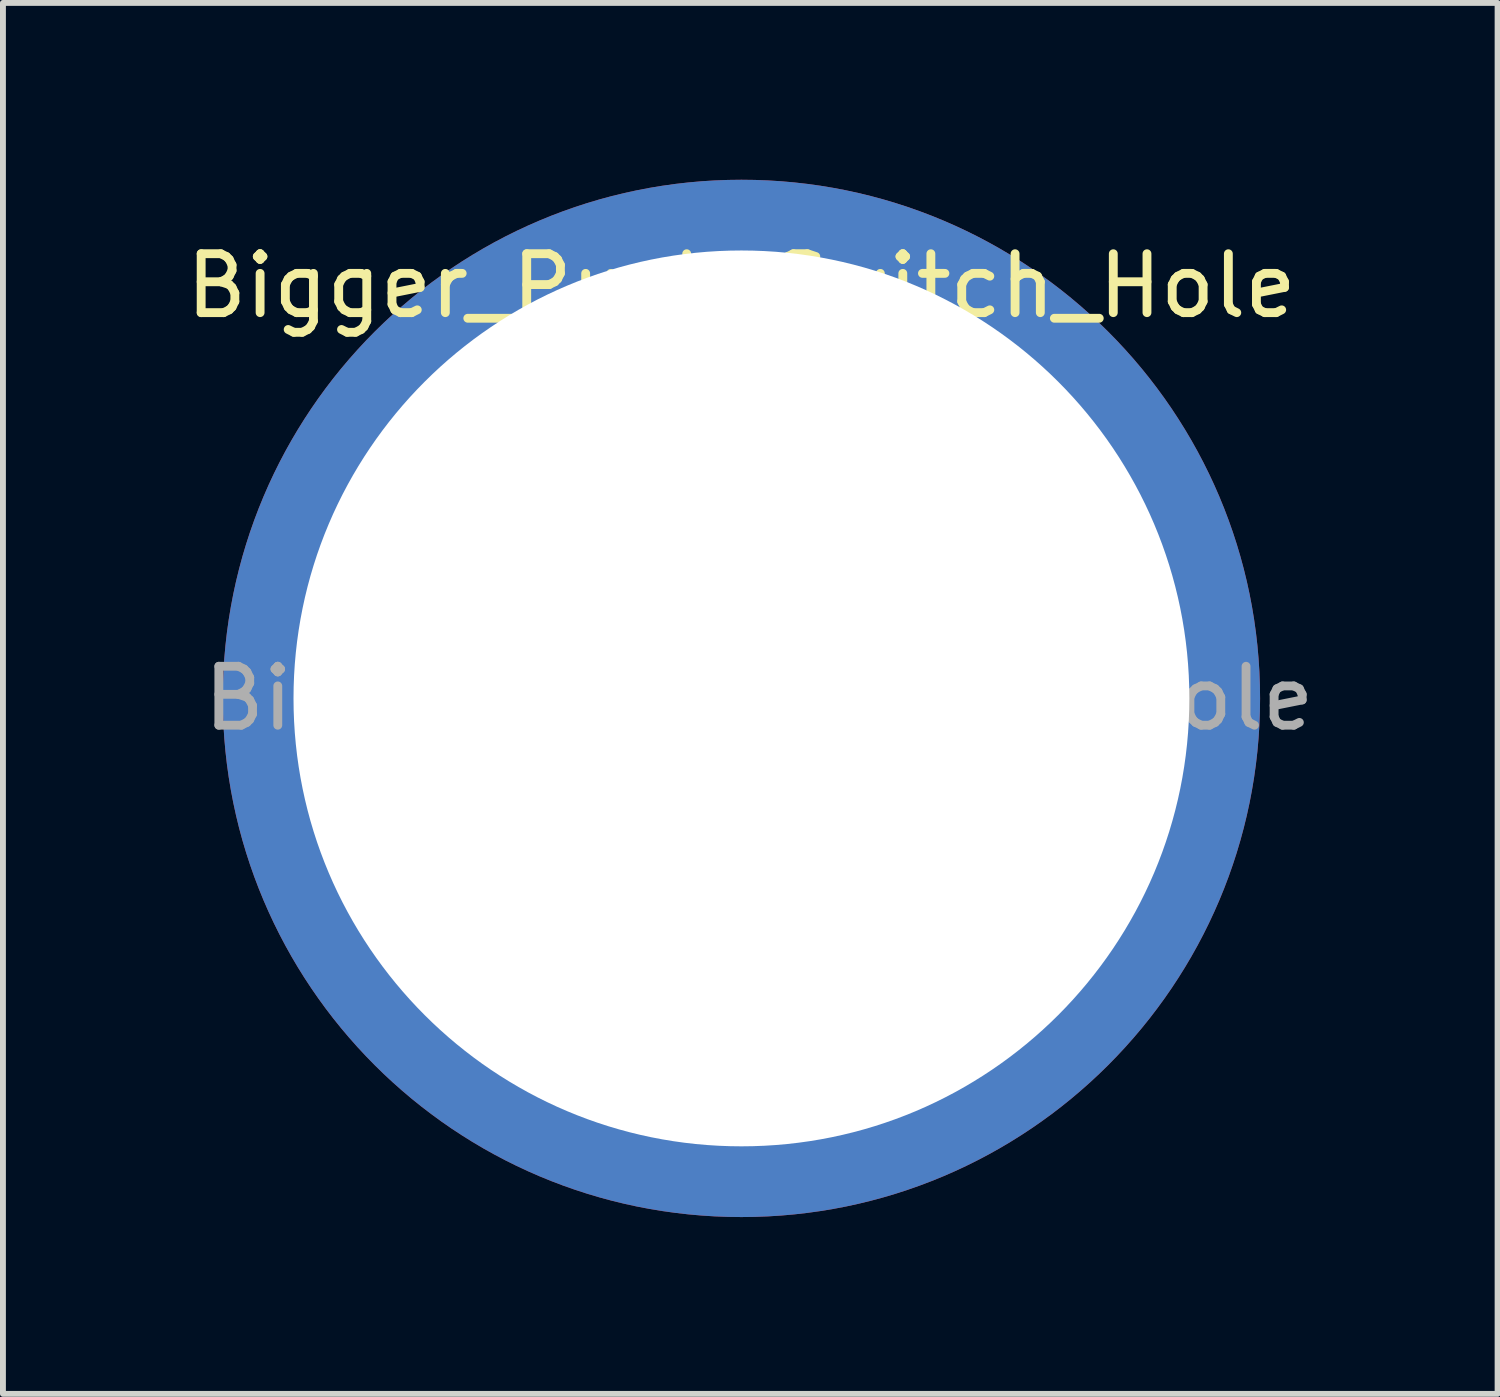
<source format=kicad_pcb>
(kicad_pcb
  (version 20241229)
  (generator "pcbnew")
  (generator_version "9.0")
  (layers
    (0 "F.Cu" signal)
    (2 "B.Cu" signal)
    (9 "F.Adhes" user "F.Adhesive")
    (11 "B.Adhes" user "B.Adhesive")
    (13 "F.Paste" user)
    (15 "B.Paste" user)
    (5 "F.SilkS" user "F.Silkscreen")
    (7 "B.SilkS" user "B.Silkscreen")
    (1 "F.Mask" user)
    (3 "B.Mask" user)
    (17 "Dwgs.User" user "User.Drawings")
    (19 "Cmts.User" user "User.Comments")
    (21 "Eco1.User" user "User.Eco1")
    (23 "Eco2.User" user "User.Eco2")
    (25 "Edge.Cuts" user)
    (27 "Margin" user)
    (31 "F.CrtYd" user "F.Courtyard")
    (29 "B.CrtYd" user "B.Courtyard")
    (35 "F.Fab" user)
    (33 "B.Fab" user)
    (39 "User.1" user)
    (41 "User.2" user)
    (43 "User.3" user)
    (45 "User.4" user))
  (footprint "Bigger_Push_Switch_Hole"
    (layer "F.Cu")
    (at 9.53 8.8)
    (property "Reference" "Bigger_Push_Switch_Hole" (at 0 -7 0) (layer "F.SilkS") (effects (font (size 1 1) (thickness 0.15))))
    (attr exclude_from_pos_files exclude_from_bom)
    (fp_circle (center 0 0) (end 6 0) (stroke (width 0.15) (type solid)) (fill no) (layer "Cmts.User"))
    (fp_circle (center 0 0) (end 6.25 0) (stroke (width 0.05) (type solid)) (fill no) (layer "F.CrtYd"))
    (fp_text user "${REFERENCE}" (at 0.3 0 0) (layer "F.Fab") (effects (font (size 1 1) (thickness 0.15))))
    (pad "1" thru_hole circle (at 0 0) (size 17.6 17.6) (drill 15.2) (layers "*.Cu" "*.Mask")))
  (gr_rect
    (start -3 -3)
    (end 22.36 20.6)
    (stroke (width 0.1) (type default))
    (fill no)
    (layer "Edge.Cuts")))
</source>
